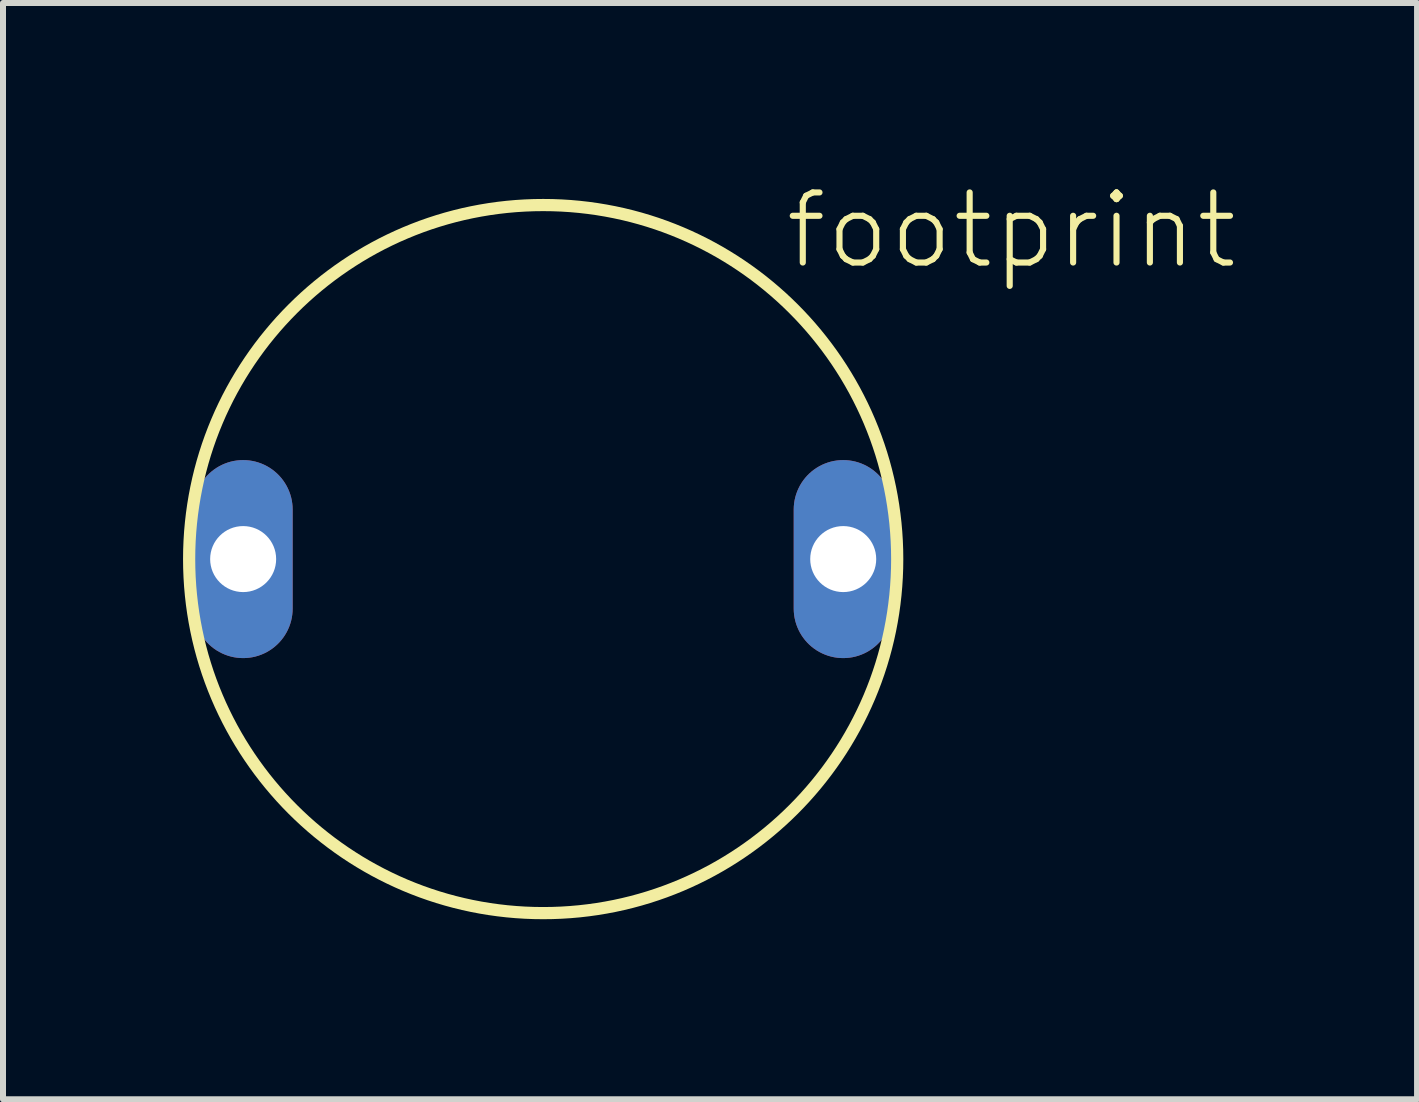
<source format=kicad_pcb>
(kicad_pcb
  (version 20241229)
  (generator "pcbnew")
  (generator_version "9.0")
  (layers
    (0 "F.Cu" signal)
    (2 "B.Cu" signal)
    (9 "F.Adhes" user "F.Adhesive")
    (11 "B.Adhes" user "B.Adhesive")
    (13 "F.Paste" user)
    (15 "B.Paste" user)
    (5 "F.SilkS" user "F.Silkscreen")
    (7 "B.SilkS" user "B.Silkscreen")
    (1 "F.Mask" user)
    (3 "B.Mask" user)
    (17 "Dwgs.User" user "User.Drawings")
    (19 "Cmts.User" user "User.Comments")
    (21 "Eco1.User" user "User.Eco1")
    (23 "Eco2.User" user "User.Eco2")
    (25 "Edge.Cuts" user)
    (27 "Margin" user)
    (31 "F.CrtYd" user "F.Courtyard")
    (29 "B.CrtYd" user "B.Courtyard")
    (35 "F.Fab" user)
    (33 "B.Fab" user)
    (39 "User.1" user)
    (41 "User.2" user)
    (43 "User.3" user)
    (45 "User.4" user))
  (footprint "footprint"
    (layer "F.Cu")
    (at 6.002 6.267)
    (property "Reference" "footprint" (at 3.981 -4.794 0) (layer "F.SilkS") (effects (font (size 1.168 1.168) (thickness 0.102)) (justify left bottom)))
    (fp_circle (center 0 0) (end 5.9 0) (stroke (width 0.203) (type solid)) (fill no) (layer "F.SilkS"))
    (pad "1" thru_hole oval (at -5 0 90) (size 3.3 1.65) (drill 1.1) (layers "*.Cu" "*.Mask"))
    (pad "2" thru_hole oval (at 5 0 90) (size 3.3 1.65) (drill 1.1) (layers "*.Cu" "*.Mask")))
  (gr_rect
    (start -3 -3)
    (end 20.565 15.269)
    (stroke (width 0.1) (type default))
    (fill no)
    (layer "Edge.Cuts")))
</source>
